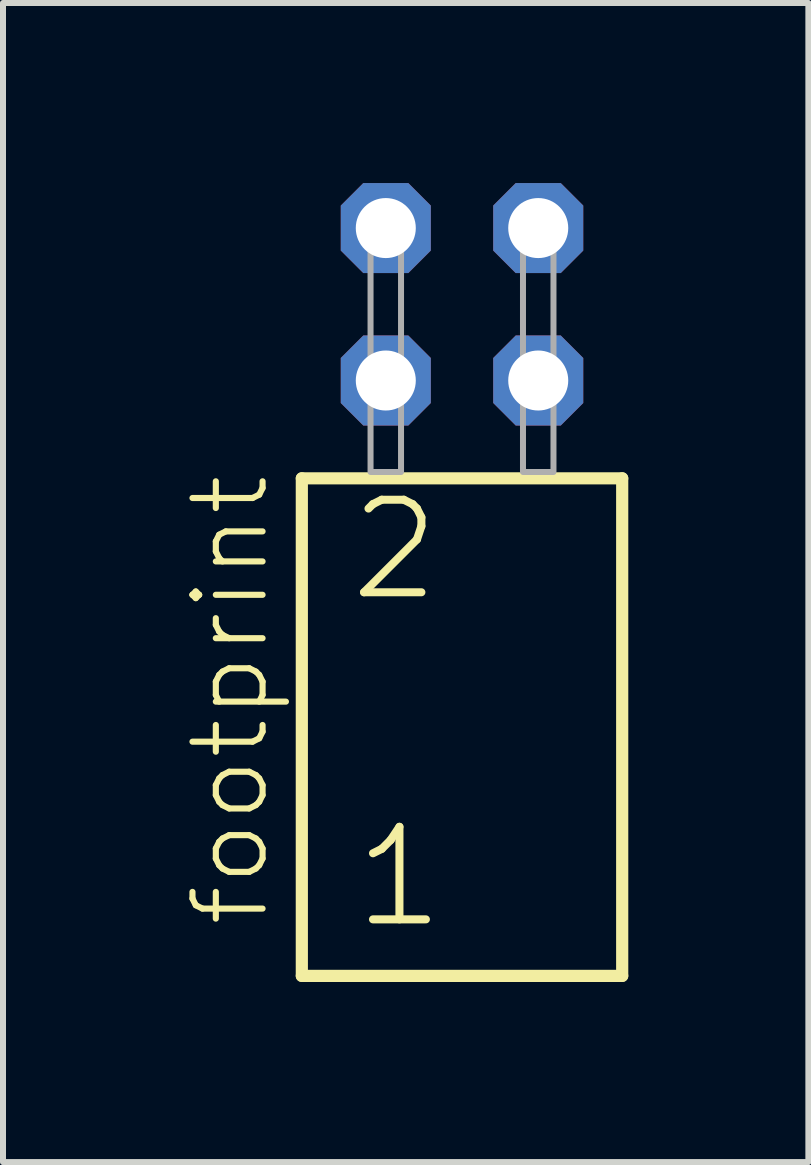
<source format=kicad_pcb>
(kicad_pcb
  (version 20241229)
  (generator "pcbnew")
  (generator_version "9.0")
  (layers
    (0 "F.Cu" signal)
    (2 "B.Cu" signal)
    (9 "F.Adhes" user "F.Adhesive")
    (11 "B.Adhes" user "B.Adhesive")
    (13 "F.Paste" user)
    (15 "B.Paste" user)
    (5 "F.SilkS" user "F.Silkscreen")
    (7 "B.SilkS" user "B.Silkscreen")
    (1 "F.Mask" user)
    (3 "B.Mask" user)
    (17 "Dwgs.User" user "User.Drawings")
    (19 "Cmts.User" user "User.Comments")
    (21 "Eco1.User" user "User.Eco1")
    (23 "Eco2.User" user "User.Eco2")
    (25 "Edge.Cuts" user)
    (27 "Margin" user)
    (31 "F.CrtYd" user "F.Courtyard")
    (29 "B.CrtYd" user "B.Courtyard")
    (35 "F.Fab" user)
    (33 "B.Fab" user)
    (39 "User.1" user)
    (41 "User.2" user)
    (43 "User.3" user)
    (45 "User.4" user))
  (footprint "footprint"
    (layer "F.Cu")
    (at 4.648 4.814)
    (property "Reference" "footprint" (at -3.175 7.62 90) (layer "F.SilkS") (effects (font (size 1.168 1.168) (thickness 0.102)) (justify left bottom)))
    (fp_line (start -2.669 0.106) (end -2.669 8.396) (stroke (width 0.203) (type solid)) (layer "F.SilkS"))
    (fp_line (start -2.669 8.396) (end 2.669 8.396) (stroke (width 0.203) (type solid)) (layer "F.SilkS"))
    (fp_line (start 2.669 0.106) (end -2.669 0.106) (stroke (width 0.203) (type solid)) (layer "F.SilkS"))
    (fp_line (start 2.669 8.396) (end 2.669 0.106) (stroke (width 0.203) (type solid)) (layer "F.SilkS"))
    (fp_poly (pts (xy -1.524 0) (xy -1.016 0) (xy -1.016 -4.318) (xy -1.524 -4.318)) (stroke (width 0.1) (type solid)) (fill no) (layer "F.Fab"))
    (fp_poly (pts (xy 1.016 0) (xy 1.524 0) (xy 1.524 -4.318) (xy 1.016 -4.318)) (stroke (width 0.1) (type solid)) (fill no) (layer "F.Fab"))
    (fp_text user "1" (at -1.865 7.65 0) (layer "F.SilkS") (effects (font (size 1.542 1.542) (thickness 0.134)) (justify left bottom)))
    (fp_text user "2" (at -1.94 2.2 0) (layer "F.SilkS") (effects (font (size 1.542 1.542) (thickness 0.134)) (justify left bottom)))
    (pad "1" thru_hole roundrect (at -1.27 -1.524) (size 1.5 1.5) (drill 1) (layers "*.Cu" "*.Mask") (roundrect_rratio 0.25) (chamfer_ratio 0.25) (chamfer top_left top_right bottom_left bottom_right))
    (pad "2" thru_hole roundrect (at -1.27 -4.064) (size 1.5 1.5) (drill 1) (layers "*.Cu" "*.Mask") (roundrect_rratio 0.25) (chamfer_ratio 0.25) (chamfer top_left top_right bottom_left bottom_right))
    (pad "3" thru_hole roundrect (at 1.27 -1.524) (size 1.5 1.5) (drill 1) (layers "*.Cu" "*.Mask") (roundrect_rratio 0.25) (chamfer_ratio 0.25) (chamfer top_left top_right bottom_left bottom_right))
    (pad "4" thru_hole roundrect (at 1.27 -4.064) (size 1.5 1.5) (drill 1) (layers "*.Cu" "*.Mask") (roundrect_rratio 0.25) (chamfer_ratio 0.25) (chamfer top_left top_right bottom_left bottom_right)))
  (gr_rect
    (start -3 -3)
    (end 10.419 16.312)
    (stroke (width 0.1) (type default))
    (fill no)
    (layer "Edge.Cuts")))
</source>
